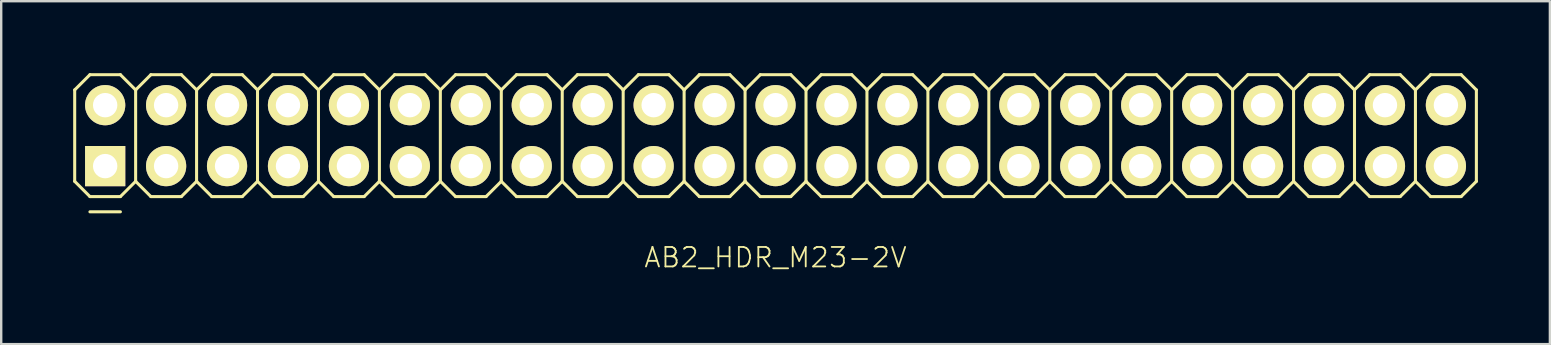
<source format=kicad_pcb>
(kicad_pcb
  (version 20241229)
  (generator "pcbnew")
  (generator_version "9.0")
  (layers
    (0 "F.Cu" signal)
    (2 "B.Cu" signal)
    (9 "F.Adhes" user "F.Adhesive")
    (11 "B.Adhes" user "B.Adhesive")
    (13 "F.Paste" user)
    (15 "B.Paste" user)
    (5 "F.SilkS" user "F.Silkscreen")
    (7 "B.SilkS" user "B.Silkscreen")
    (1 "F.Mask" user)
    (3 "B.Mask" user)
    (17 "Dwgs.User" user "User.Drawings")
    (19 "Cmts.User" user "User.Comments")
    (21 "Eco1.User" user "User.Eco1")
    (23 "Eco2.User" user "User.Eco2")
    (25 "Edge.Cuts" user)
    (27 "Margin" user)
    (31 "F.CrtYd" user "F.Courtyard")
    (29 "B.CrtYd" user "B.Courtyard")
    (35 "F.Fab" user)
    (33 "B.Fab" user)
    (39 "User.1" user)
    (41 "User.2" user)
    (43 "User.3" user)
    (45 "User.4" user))
  (footprint "AB2_HDR_M23-2V"
    (layer "F.Cu")
    (at 29.273 2.603)
    (property "Reference" "AB2_HDR_M23-2V" (at 0 5.08 0) (layer "F.SilkS") (effects (font (size 0.813 0.813) (thickness 0.076))))
    (attr through_hole)
    (fp_line (start -29.21 -1.905) (end -28.575 -2.54) (stroke (width 0.127) (type solid)) (layer "F.SilkS"))
    (fp_line (start -29.21 1.905) (end -29.21 -1.905) (stroke (width 0.127) (type solid)) (layer "F.SilkS"))
    (fp_line (start -28.575 -2.54) (end -27.305 -2.54) (stroke (width 0.127) (type solid)) (layer "F.SilkS"))
    (fp_line (start -28.575 2.54) (end -29.21 1.905) (stroke (width 0.127) (type solid)) (layer "F.SilkS"))
    (fp_line (start -28.575 3.175) (end -27.305 3.175) (stroke (width 0.127) (type solid)) (layer "F.SilkS"))
    (fp_line (start -27.305 -2.54) (end -26.67 -1.905) (stroke (width 0.127) (type solid)) (layer "F.SilkS"))
    (fp_line (start -27.305 2.54) (end -28.575 2.54) (stroke (width 0.127) (type solid)) (layer "F.SilkS"))
    (fp_line (start -26.67 -1.905) (end -26.67 1.905) (stroke (width 0.127) (type solid)) (layer "F.SilkS"))
    (fp_line (start -26.67 -1.905) (end -26.035 -2.54) (stroke (width 0.127) (type solid)) (layer "F.SilkS"))
    (fp_line (start -26.67 1.905) (end -27.305 2.54) (stroke (width 0.127) (type solid)) (layer "F.SilkS"))
    (fp_line (start -26.035 -2.54) (end -24.765 -2.54) (stroke (width 0.127) (type solid)) (layer "F.SilkS"))
    (fp_line (start -26.035 2.54) (end -26.67 1.905) (stroke (width 0.127) (type solid)) (layer "F.SilkS"))
    (fp_line (start -24.765 -2.54) (end -24.13 -1.905) (stroke (width 0.127) (type solid)) (layer "F.SilkS"))
    (fp_line (start -24.765 2.54) (end -26.035 2.54) (stroke (width 0.127) (type solid)) (layer "F.SilkS"))
    (fp_line (start -24.13 -1.905) (end -24.13 1.905) (stroke (width 0.127) (type solid)) (layer "F.SilkS"))
    (fp_line (start -24.13 -1.905) (end -23.495 -2.54) (stroke (width 0.127) (type solid)) (layer "F.SilkS"))
    (fp_line (start -24.13 1.905) (end -24.765 2.54) (stroke (width 0.127) (type solid)) (layer "F.SilkS"))
    (fp_line (start -23.495 -2.54) (end -22.225 -2.54) (stroke (width 0.127) (type solid)) (layer "F.SilkS"))
    (fp_line (start -23.495 2.54) (end -24.13 1.905) (stroke (width 0.127) (type solid)) (layer "F.SilkS"))
    (fp_line (start -22.225 -2.54) (end -21.59 -1.905) (stroke (width 0.127) (type solid)) (layer "F.SilkS"))
    (fp_line (start -22.225 2.54) (end -23.495 2.54) (stroke (width 0.127) (type solid)) (layer "F.SilkS"))
    (fp_line (start -21.59 -1.905) (end -21.59 1.905) (stroke (width 0.127) (type solid)) (layer "F.SilkS"))
    (fp_line (start -21.59 -1.905) (end -20.955 -2.54) (stroke (width 0.127) (type solid)) (layer "F.SilkS"))
    (fp_line (start -21.59 1.905) (end -22.225 2.54) (stroke (width 0.127) (type solid)) (layer "F.SilkS"))
    (fp_line (start -20.955 -2.54) (end -19.685 -2.54) (stroke (width 0.127) (type solid)) (layer "F.SilkS"))
    (fp_line (start -20.955 2.54) (end -21.59 1.905) (stroke (width 0.127) (type solid)) (layer "F.SilkS"))
    (fp_line (start -19.685 -2.54) (end -19.05 -1.905) (stroke (width 0.127) (type solid)) (layer "F.SilkS"))
    (fp_line (start -19.685 2.54) (end -20.955 2.54) (stroke (width 0.127) (type solid)) (layer "F.SilkS"))
    (fp_line (start -19.05 -1.905) (end -19.05 1.905) (stroke (width 0.127) (type solid)) (layer "F.SilkS"))
    (fp_line (start -19.05 -1.905) (end -18.415 -2.54) (stroke (width 0.127) (type solid)) (layer "F.SilkS"))
    (fp_line (start -19.05 1.905) (end -19.685 2.54) (stroke (width 0.127) (type solid)) (layer "F.SilkS"))
    (fp_line (start -18.415 -2.54) (end -17.145 -2.54) (stroke (width 0.127) (type solid)) (layer "F.SilkS"))
    (fp_line (start -18.415 2.54) (end -19.05 1.905) (stroke (width 0.127) (type solid)) (layer "F.SilkS"))
    (fp_line (start -17.145 -2.54) (end -16.51 -1.905) (stroke (width 0.127) (type solid)) (layer "F.SilkS"))
    (fp_line (start -17.145 2.54) (end -18.415 2.54) (stroke (width 0.127) (type solid)) (layer "F.SilkS"))
    (fp_line (start -16.51 -1.905) (end -16.51 1.905) (stroke (width 0.127) (type solid)) (layer "F.SilkS"))
    (fp_line (start -16.51 -1.905) (end -15.875 -2.54) (stroke (width 0.127) (type solid)) (layer "F.SilkS"))
    (fp_line (start -16.51 1.905) (end -17.145 2.54) (stroke (width 0.127) (type solid)) (layer "F.SilkS"))
    (fp_line (start -15.875 -2.54) (end -14.605 -2.54) (stroke (width 0.127) (type solid)) (layer "F.SilkS"))
    (fp_line (start -15.875 2.54) (end -16.51 1.905) (stroke (width 0.127) (type solid)) (layer "F.SilkS"))
    (fp_line (start -14.605 -2.54) (end -13.97 -1.905) (stroke (width 0.127) (type solid)) (layer "F.SilkS"))
    (fp_line (start -14.605 2.54) (end -15.875 2.54) (stroke (width 0.127) (type solid)) (layer "F.SilkS"))
    (fp_line (start -13.97 -1.905) (end -13.97 1.905) (stroke (width 0.127) (type solid)) (layer "F.SilkS"))
    (fp_line (start -13.97 -1.905) (end -13.335 -2.54) (stroke (width 0.127) (type solid)) (layer "F.SilkS"))
    (fp_line (start -13.97 1.905) (end -14.605 2.54) (stroke (width 0.127) (type solid)) (layer "F.SilkS"))
    (fp_line (start -13.335 -2.54) (end -12.065 -2.54) (stroke (width 0.127) (type solid)) (layer "F.SilkS"))
    (fp_line (start -13.335 2.54) (end -13.97 1.905) (stroke (width 0.127) (type solid)) (layer "F.SilkS"))
    (fp_line (start -12.065 -2.54) (end -11.43 -1.905) (stroke (width 0.127) (type solid)) (layer "F.SilkS"))
    (fp_line (start -12.065 2.54) (end -13.335 2.54) (stroke (width 0.127) (type solid)) (layer "F.SilkS"))
    (fp_line (start -11.43 -1.905) (end -11.43 1.905) (stroke (width 0.127) (type solid)) (layer "F.SilkS"))
    (fp_line (start -11.43 -1.905) (end -10.795 -2.54) (stroke (width 0.127) (type solid)) (layer "F.SilkS"))
    (fp_line (start -11.43 1.905) (end -12.065 2.54) (stroke (width 0.127) (type solid)) (layer "F.SilkS"))
    (fp_line (start -10.795 -2.54) (end -9.525 -2.54) (stroke (width 0.127) (type solid)) (layer "F.SilkS"))
    (fp_line (start -10.795 2.54) (end -11.43 1.905) (stroke (width 0.127) (type solid)) (layer "F.SilkS"))
    (fp_line (start -9.525 -2.54) (end -8.89 -1.905) (stroke (width 0.127) (type solid)) (layer "F.SilkS"))
    (fp_line (start -9.525 2.54) (end -10.795 2.54) (stroke (width 0.127) (type solid)) (layer "F.SilkS"))
    (fp_line (start -8.89 -1.905) (end -8.89 1.905) (stroke (width 0.127) (type solid)) (layer "F.SilkS"))
    (fp_line (start -8.89 -1.905) (end -8.255 -2.54) (stroke (width 0.127) (type solid)) (layer "F.SilkS"))
    (fp_line (start -8.89 1.905) (end -9.525 2.54) (stroke (width 0.127) (type solid)) (layer "F.SilkS"))
    (fp_line (start -8.255 -2.54) (end -6.985 -2.54) (stroke (width 0.127) (type solid)) (layer "F.SilkS"))
    (fp_line (start -8.255 2.54) (end -8.89 1.905) (stroke (width 0.127) (type solid)) (layer "F.SilkS"))
    (fp_line (start -6.985 -2.54) (end -6.35 -1.905) (stroke (width 0.127) (type solid)) (layer "F.SilkS"))
    (fp_line (start -6.985 2.54) (end -8.255 2.54) (stroke (width 0.127) (type solid)) (layer "F.SilkS"))
    (fp_line (start -6.35 -1.905) (end -6.35 1.905) (stroke (width 0.127) (type solid)) (layer "F.SilkS"))
    (fp_line (start -6.35 -1.905) (end -5.715 -2.54) (stroke (width 0.127) (type solid)) (layer "F.SilkS"))
    (fp_line (start -6.35 1.905) (end -6.985 2.54) (stroke (width 0.127) (type solid)) (layer "F.SilkS"))
    (fp_line (start -5.715 -2.54) (end -4.445 -2.54) (stroke (width 0.127) (type solid)) (layer "F.SilkS"))
    (fp_line (start -5.715 2.54) (end -6.35 1.905) (stroke (width 0.127) (type solid)) (layer "F.SilkS"))
    (fp_line (start -4.445 -2.54) (end -3.81 -1.905) (stroke (width 0.127) (type solid)) (layer "F.SilkS"))
    (fp_line (start -4.445 2.54) (end -5.715 2.54) (stroke (width 0.127) (type solid)) (layer "F.SilkS"))
    (fp_line (start -3.81 -1.905) (end -3.81 1.905) (stroke (width 0.127) (type solid)) (layer "F.SilkS"))
    (fp_line (start -3.81 -1.905) (end -3.175 -2.54) (stroke (width 0.127) (type solid)) (layer "F.SilkS"))
    (fp_line (start -3.81 1.905) (end -4.445 2.54) (stroke (width 0.127) (type solid)) (layer "F.SilkS"))
    (fp_line (start -3.175 -2.54) (end -1.905 -2.54) (stroke (width 0.127) (type solid)) (layer "F.SilkS"))
    (fp_line (start -3.175 2.54) (end -3.81 1.905) (stroke (width 0.127) (type solid)) (layer "F.SilkS"))
    (fp_line (start -1.905 -2.54) (end -1.27 -1.905) (stroke (width 0.127) (type solid)) (layer "F.SilkS"))
    (fp_line (start -1.905 2.54) (end -3.175 2.54) (stroke (width 0.127) (type solid)) (layer "F.SilkS"))
    (fp_line (start -1.27 -1.905) (end -1.27 1.905) (stroke (width 0.127) (type solid)) (layer "F.SilkS"))
    (fp_line (start -1.27 -1.905) (end -0.635 -2.54) (stroke (width 0.127) (type solid)) (layer "F.SilkS"))
    (fp_line (start -1.27 1.905) (end -1.905 2.54) (stroke (width 0.127) (type solid)) (layer "F.SilkS"))
    (fp_line (start -0.635 -2.54) (end 0.635 -2.54) (stroke (width 0.127) (type solid)) (layer "F.SilkS"))
    (fp_line (start -0.635 2.54) (end -1.27 1.905) (stroke (width 0.127) (type solid)) (layer "F.SilkS"))
    (fp_line (start 0.635 -2.54) (end 1.27 -1.905) (stroke (width 0.127) (type solid)) (layer "F.SilkS"))
    (fp_line (start 0.635 2.54) (end -0.635 2.54) (stroke (width 0.127) (type solid)) (layer "F.SilkS"))
    (fp_line (start 1.27 -1.905) (end 1.27 1.905) (stroke (width 0.127) (type solid)) (layer "F.SilkS"))
    (fp_line (start 1.27 -1.905) (end 1.905 -2.54) (stroke (width 0.127) (type solid)) (layer "F.SilkS"))
    (fp_line (start 1.27 1.905) (end 0.635 2.54) (stroke (width 0.127) (type solid)) (layer "F.SilkS"))
    (fp_line (start 1.905 -2.54) (end 3.175 -2.54) (stroke (width 0.127) (type solid)) (layer "F.SilkS"))
    (fp_line (start 1.905 2.54) (end 1.27 1.905) (stroke (width 0.127) (type solid)) (layer "F.SilkS"))
    (fp_line (start 3.175 -2.54) (end 3.81 -1.905) (stroke (width 0.127) (type solid)) (layer "F.SilkS"))
    (fp_line (start 3.175 2.54) (end 1.905 2.54) (stroke (width 0.127) (type solid)) (layer "F.SilkS"))
    (fp_line (start 3.81 -1.905) (end 3.81 1.905) (stroke (width 0.127) (type solid)) (layer "F.SilkS"))
    (fp_line (start 3.81 -1.905) (end 4.445 -2.54) (stroke (width 0.127) (type solid)) (layer "F.SilkS"))
    (fp_line (start 3.81 1.905) (end 3.175 2.54) (stroke (width 0.127) (type solid)) (layer "F.SilkS"))
    (fp_line (start 4.445 -2.54) (end 5.715 -2.54) (stroke (width 0.127) (type solid)) (layer "F.SilkS"))
    (fp_line (start 4.445 2.54) (end 3.81 1.905) (stroke (width 0.127) (type solid)) (layer "F.SilkS"))
    (fp_line (start 5.715 -2.54) (end 6.35 -1.905) (stroke (width 0.127) (type solid)) (layer "F.SilkS"))
    (fp_line (start 5.715 2.54) (end 4.445 2.54) (stroke (width 0.127) (type solid)) (layer "F.SilkS"))
    (fp_line (start 6.35 -1.905) (end 6.35 1.905) (stroke (width 0.127) (type solid)) (layer "F.SilkS"))
    (fp_line (start 6.35 -1.905) (end 6.985 -2.54) (stroke (width 0.127) (type solid)) (layer "F.SilkS"))
    (fp_line (start 6.35 1.905) (end 5.715 2.54) (stroke (width 0.127) (type solid)) (layer "F.SilkS"))
    (fp_line (start 6.985 -2.54) (end 8.255 -2.54) (stroke (width 0.127) (type solid)) (layer "F.SilkS"))
    (fp_line (start 6.985 2.54) (end 6.35 1.905) (stroke (width 0.127) (type solid)) (layer "F.SilkS"))
    (fp_line (start 8.255 -2.54) (end 8.89 -1.905) (stroke (width 0.127) (type solid)) (layer "F.SilkS"))
    (fp_line (start 8.255 2.54) (end 6.985 2.54) (stroke (width 0.127) (type solid)) (layer "F.SilkS"))
    (fp_line (start 8.89 -1.905) (end 8.89 1.905) (stroke (width 0.127) (type solid)) (layer "F.SilkS"))
    (fp_line (start 8.89 -1.905) (end 9.525 -2.54) (stroke (width 0.127) (type solid)) (layer "F.SilkS"))
    (fp_line (start 8.89 1.905) (end 8.255 2.54) (stroke (width 0.127) (type solid)) (layer "F.SilkS"))
    (fp_line (start 9.525 -2.54) (end 10.795 -2.54) (stroke (width 0.127) (type solid)) (layer "F.SilkS"))
    (fp_line (start 9.525 2.54) (end 8.89 1.905) (stroke (width 0.127) (type solid)) (layer "F.SilkS"))
    (fp_line (start 10.795 -2.54) (end 11.43 -1.905) (stroke (width 0.127) (type solid)) (layer "F.SilkS"))
    (fp_line (start 10.795 2.54) (end 9.525 2.54) (stroke (width 0.127) (type solid)) (layer "F.SilkS"))
    (fp_line (start 11.43 -1.905) (end 11.43 1.905) (stroke (width 0.127) (type solid)) (layer "F.SilkS"))
    (fp_line (start 11.43 -1.905) (end 12.065 -2.54) (stroke (width 0.127) (type solid)) (layer "F.SilkS"))
    (fp_line (start 11.43 1.905) (end 10.795 2.54) (stroke (width 0.127) (type solid)) (layer "F.SilkS"))
    (fp_line (start 12.065 -2.54) (end 13.335 -2.54) (stroke (width 0.127) (type solid)) (layer "F.SilkS"))
    (fp_line (start 12.065 2.54) (end 11.43 1.905) (stroke (width 0.127) (type solid)) (layer "F.SilkS"))
    (fp_line (start 13.335 -2.54) (end 13.97 -1.905) (stroke (width 0.127) (type solid)) (layer "F.SilkS"))
    (fp_line (start 13.335 2.54) (end 12.065 2.54) (stroke (width 0.127) (type solid)) (layer "F.SilkS"))
    (fp_line (start 13.97 -1.905) (end 13.97 1.905) (stroke (width 0.127) (type solid)) (layer "F.SilkS"))
    (fp_line (start 13.97 -1.905) (end 14.605 -2.54) (stroke (width 0.127) (type solid)) (layer "F.SilkS"))
    (fp_line (start 13.97 1.905) (end 13.335 2.54) (stroke (width 0.127) (type solid)) (layer "F.SilkS"))
    (fp_line (start 14.605 -2.54) (end 15.875 -2.54) (stroke (width 0.127) (type solid)) (layer "F.SilkS"))
    (fp_line (start 14.605 2.54) (end 13.97 1.905) (stroke (width 0.127) (type solid)) (layer "F.SilkS"))
    (fp_line (start 15.875 -2.54) (end 16.51 -1.905) (stroke (width 0.127) (type solid)) (layer "F.SilkS"))
    (fp_line (start 15.875 2.54) (end 14.605 2.54) (stroke (width 0.127) (type solid)) (layer "F.SilkS"))
    (fp_line (start 16.51 -1.905) (end 16.51 1.905) (stroke (width 0.127) (type solid)) (layer "F.SilkS"))
    (fp_line (start 16.51 -1.905) (end 17.145 -2.54) (stroke (width 0.127) (type solid)) (layer "F.SilkS"))
    (fp_line (start 16.51 1.905) (end 15.875 2.54) (stroke (width 0.127) (type solid)) (layer "F.SilkS"))
    (fp_line (start 17.145 -2.54) (end 18.415 -2.54) (stroke (width 0.127) (type solid)) (layer "F.SilkS"))
    (fp_line (start 17.145 2.54) (end 16.51 1.905) (stroke (width 0.127) (type solid)) (layer "F.SilkS"))
    (fp_line (start 18.415 -2.54) (end 19.05 -1.905) (stroke (width 0.127) (type solid)) (layer "F.SilkS"))
    (fp_line (start 18.415 2.54) (end 17.145 2.54) (stroke (width 0.127) (type solid)) (layer "F.SilkS"))
    (fp_line (start 19.05 -1.905) (end 19.05 1.905) (stroke (width 0.127) (type solid)) (layer "F.SilkS"))
    (fp_line (start 19.05 -1.905) (end 19.685 -2.54) (stroke (width 0.127) (type solid)) (layer "F.SilkS"))
    (fp_line (start 19.05 1.905) (end 18.415 2.54) (stroke (width 0.127) (type solid)) (layer "F.SilkS"))
    (fp_line (start 19.685 -2.54) (end 20.955 -2.54) (stroke (width 0.127) (type solid)) (layer "F.SilkS"))
    (fp_line (start 19.685 2.54) (end 19.05 1.905) (stroke (width 0.127) (type solid)) (layer "F.SilkS"))
    (fp_line (start 20.955 -2.54) (end 21.59 -1.905) (stroke (width 0.127) (type solid)) (layer "F.SilkS"))
    (fp_line (start 20.955 2.54) (end 19.685 2.54) (stroke (width 0.127) (type solid)) (layer "F.SilkS"))
    (fp_line (start 21.59 -1.905) (end 21.59 1.905) (stroke (width 0.127) (type solid)) (layer "F.SilkS"))
    (fp_line (start 21.59 -1.905) (end 22.225 -2.54) (stroke (width 0.127) (type solid)) (layer "F.SilkS"))
    (fp_line (start 21.59 1.905) (end 20.955 2.54) (stroke (width 0.127) (type solid)) (layer "F.SilkS"))
    (fp_line (start 22.225 -2.54) (end 23.495 -2.54) (stroke (width 0.127) (type solid)) (layer "F.SilkS"))
    (fp_line (start 22.225 2.54) (end 21.59 1.905) (stroke (width 0.127) (type solid)) (layer "F.SilkS"))
    (fp_line (start 23.495 -2.54) (end 24.13 -1.905) (stroke (width 0.127) (type solid)) (layer "F.SilkS"))
    (fp_line (start 23.495 2.54) (end 22.225 2.54) (stroke (width 0.127) (type solid)) (layer "F.SilkS"))
    (fp_line (start 24.13 -1.905) (end 24.13 1.905) (stroke (width 0.127) (type solid)) (layer "F.SilkS"))
    (fp_line (start 24.13 -1.905) (end 24.765 -2.54) (stroke (width 0.127) (type solid)) (layer "F.SilkS"))
    (fp_line (start 24.13 1.905) (end 23.495 2.54) (stroke (width 0.127) (type solid)) (layer "F.SilkS"))
    (fp_line (start 24.765 -2.54) (end 26.035 -2.54) (stroke (width 0.127) (type solid)) (layer "F.SilkS"))
    (fp_line (start 24.765 2.54) (end 24.13 1.905) (stroke (width 0.127) (type solid)) (layer "F.SilkS"))
    (fp_line (start 26.035 -2.54) (end 26.67 -1.905) (stroke (width 0.127) (type solid)) (layer "F.SilkS"))
    (fp_line (start 26.035 2.54) (end 24.765 2.54) (stroke (width 0.127) (type solid)) (layer "F.SilkS"))
    (fp_line (start 26.67 -1.905) (end 26.67 1.905) (stroke (width 0.127) (type solid)) (layer "F.SilkS"))
    (fp_line (start 26.67 -1.905) (end 27.305 -2.54) (stroke (width 0.127) (type solid)) (layer "F.SilkS"))
    (fp_line (start 26.67 1.905) (end 26.035 2.54) (stroke (width 0.127) (type solid)) (layer "F.SilkS"))
    (fp_line (start 27.305 -2.54) (end 28.575 -2.54) (stroke (width 0.127) (type solid)) (layer "F.SilkS"))
    (fp_line (start 27.305 2.54) (end 26.67 1.905) (stroke (width 0.127) (type solid)) (layer "F.SilkS"))
    (fp_line (start 28.575 -2.54) (end 29.21 -1.905) (stroke (width 0.127) (type solid)) (layer "F.SilkS"))
    (fp_line (start 28.575 2.54) (end 27.305 2.54) (stroke (width 0.127) (type solid)) (layer "F.SilkS"))
    (fp_line (start 29.21 -1.905) (end 29.21 1.905) (stroke (width 0.127) (type solid)) (layer "F.SilkS"))
    (fp_line (start 29.21 1.905) (end 28.575 2.54) (stroke (width 0.127) (type solid)) (layer "F.SilkS"))
    (pad "1" thru_hole rect (at -27.94 1.27) (size 1.676 1.676) (drill 1.016) (layers "*.Cu" "*.Mask" "F.SilkS"))
    (pad "2" thru_hole circle (at -27.94 -1.27) (size 1.676 1.676) (drill 1.016) (layers "*.Cu" "*.Mask" "F.SilkS"))
    (pad "3" thru_hole circle (at -25.4 1.27) (size 1.676 1.676) (drill 1.016) (layers "*.Cu" "*.Mask" "F.SilkS"))
    (pad "4" thru_hole circle (at -25.4 -1.27) (size 1.676 1.676) (drill 1.016) (layers "*.Cu" "*.Mask" "F.SilkS"))
    (pad "5" thru_hole circle (at -22.86 1.27) (size 1.676 1.676) (drill 1.016) (layers "*.Cu" "*.Mask" "F.SilkS"))
    (pad "6" thru_hole circle (at -22.86 -1.27) (size 1.676 1.676) (drill 1.016) (layers "*.Cu" "*.Mask" "F.SilkS"))
    (pad "7" thru_hole circle (at -20.32 1.27) (size 1.676 1.676) (drill 1.016) (layers "*.Cu" "*.Mask" "F.SilkS"))
    (pad "8" thru_hole circle (at -20.32 -1.27) (size 1.676 1.676) (drill 1.016) (layers "*.Cu" "*.Mask" "F.SilkS"))
    (pad "9" thru_hole circle (at -17.78 1.27) (size 1.676 1.676) (drill 1.016) (layers "*.Cu" "*.Mask" "F.SilkS"))
    (pad "10" thru_hole circle (at -17.78 -1.27) (size 1.676 1.676) (drill 1.016) (layers "*.Cu" "*.Mask" "F.SilkS"))
    (pad "11" thru_hole circle (at -15.24 1.27) (size 1.676 1.676) (drill 1.016) (layers "*.Cu" "*.Mask" "F.SilkS"))
    (pad "12" thru_hole circle (at -15.24 -1.27) (size 1.676 1.676) (drill 1.016) (layers "*.Cu" "*.Mask" "F.SilkS"))
    (pad "13" thru_hole circle (at -12.7 1.27) (size 1.676 1.676) (drill 1.016) (layers "*.Cu" "*.Mask" "F.SilkS"))
    (pad "14" thru_hole circle (at -12.7 -1.27) (size 1.676 1.676) (drill 1.016) (layers "*.Cu" "*.Mask" "F.SilkS"))
    (pad "15" thru_hole circle (at -10.16 1.27) (size 1.676 1.676) (drill 1.016) (layers "*.Cu" "*.Mask" "F.SilkS"))
    (pad "16" thru_hole circle (at -10.16 -1.27) (size 1.676 1.676) (drill 1.016) (layers "*.Cu" "*.Mask" "F.SilkS"))
    (pad "17" thru_hole circle (at -7.62 1.27) (size 1.676 1.676) (drill 1.016) (layers "*.Cu" "*.Mask" "F.SilkS"))
    (pad "18" thru_hole circle (at -7.62 -1.27) (size 1.676 1.676) (drill 1.016) (layers "*.Cu" "*.Mask" "F.SilkS"))
    (pad "19" thru_hole circle (at -5.08 1.27) (size 1.676 1.676) (drill 1.016) (layers "*.Cu" "*.Mask" "F.SilkS"))
    (pad "20" thru_hole circle (at -5.08 -1.27) (size 1.676 1.676) (drill 1.016) (layers "*.Cu" "*.Mask" "F.SilkS"))
    (pad "21" thru_hole circle (at -2.54 1.27) (size 1.676 1.676) (drill 1.016) (layers "*.Cu" "*.Mask" "F.SilkS"))
    (pad "22" thru_hole circle (at -2.54 -1.27) (size 1.676 1.676) (drill 1.016) (layers "*.Cu" "*.Mask" "F.SilkS"))
    (pad "23" thru_hole circle (at 0 1.27) (size 1.676 1.676) (drill 1.016) (layers "*.Cu" "*.Mask" "F.SilkS"))
    (pad "24" thru_hole circle (at 0 -1.27) (size 1.676 1.676) (drill 1.016) (layers "*.Cu" "*.Mask" "F.SilkS"))
    (pad "25" thru_hole circle (at 2.54 1.27) (size 1.676 1.676) (drill 1.016) (layers "*.Cu" "*.Mask" "F.SilkS"))
    (pad "26" thru_hole circle (at 2.54 -1.27) (size 1.676 1.676) (drill 1.016) (layers "*.Cu" "*.Mask" "F.SilkS"))
    (pad "27" thru_hole circle (at 5.08 1.27) (size 1.676 1.676) (drill 1.016) (layers "*.Cu" "*.Mask" "F.SilkS"))
    (pad "28" thru_hole circle (at 5.08 -1.27) (size 1.676 1.676) (drill 1.016) (layers "*.Cu" "*.Mask" "F.SilkS"))
    (pad "29" thru_hole circle (at 7.62 1.27) (size 1.676 1.676) (drill 1.016) (layers "*.Cu" "*.Mask" "F.SilkS"))
    (pad "30" thru_hole circle (at 7.62 -1.27) (size 1.676 1.676) (drill 1.016) (layers "*.Cu" "*.Mask" "F.SilkS"))
    (pad "31" thru_hole circle (at 10.16 1.27) (size 1.676 1.676) (drill 1.016) (layers "*.Cu" "*.Mask" "F.SilkS"))
    (pad "32" thru_hole circle (at 10.16 -1.27) (size 1.676 1.676) (drill 1.016) (layers "*.Cu" "*.Mask" "F.SilkS"))
    (pad "33" thru_hole circle (at 12.7 1.27) (size 1.676 1.676) (drill 1.016) (layers "*.Cu" "*.Mask" "F.SilkS"))
    (pad "34" thru_hole circle (at 12.7 -1.27) (size 1.676 1.676) (drill 1.016) (layers "*.Cu" "*.Mask" "F.SilkS"))
    (pad "35" thru_hole circle (at 15.24 1.27) (size 1.676 1.676) (drill 1.016) (layers "*.Cu" "*.Mask" "F.SilkS"))
    (pad "36" thru_hole circle (at 15.24 -1.27) (size 1.676 1.676) (drill 1.016) (layers "*.Cu" "*.Mask" "F.SilkS"))
    (pad "37" thru_hole circle (at 17.78 1.27) (size 1.676 1.676) (drill 1.016) (layers "*.Cu" "*.Mask" "F.SilkS"))
    (pad "38" thru_hole circle (at 17.78 -1.27) (size 1.676 1.676) (drill 1.016) (layers "*.Cu" "*.Mask" "F.SilkS"))
    (pad "39" thru_hole circle (at 20.32 1.27) (size 1.676 1.676) (drill 1.016) (layers "*.Cu" "*.Mask" "F.SilkS"))
    (pad "40" thru_hole circle (at 20.32 -1.27) (size 1.676 1.676) (drill 1.016) (layers "*.Cu" "*.Mask" "F.SilkS"))
    (pad "41" thru_hole circle (at 22.86 1.27) (size 1.676 1.676) (drill 1.016) (layers "*.Cu" "*.Mask" "F.SilkS"))
    (pad "42" thru_hole circle (at 22.86 -1.27) (size 1.676 1.676) (drill 1.016) (layers "*.Cu" "*.Mask" "F.SilkS"))
    (pad "43" thru_hole circle (at 25.4 1.27) (size 1.676 1.676) (drill 1.016) (layers "*.Cu" "*.Mask" "F.SilkS"))
    (pad "44" thru_hole circle (at 25.4 -1.27) (size 1.676 1.676) (drill 1.016) (layers "*.Cu" "*.Mask" "F.SilkS"))
    (pad "45" thru_hole circle (at 27.94 1.27) (size 1.676 1.676) (drill 1.016) (layers "*.Cu" "*.Mask" "F.SilkS"))
    (pad "46" thru_hole circle (at 27.94 -1.27) (size 1.676 1.676) (drill 1.016) (layers "*.Cu" "*.Mask" "F.SilkS")))
  (gr_rect
    (start -3 -3)
    (end 61.547 11.293)
    (stroke (width 0.1) (type default))
    (fill no)
    (layer "Edge.Cuts")))
</source>
